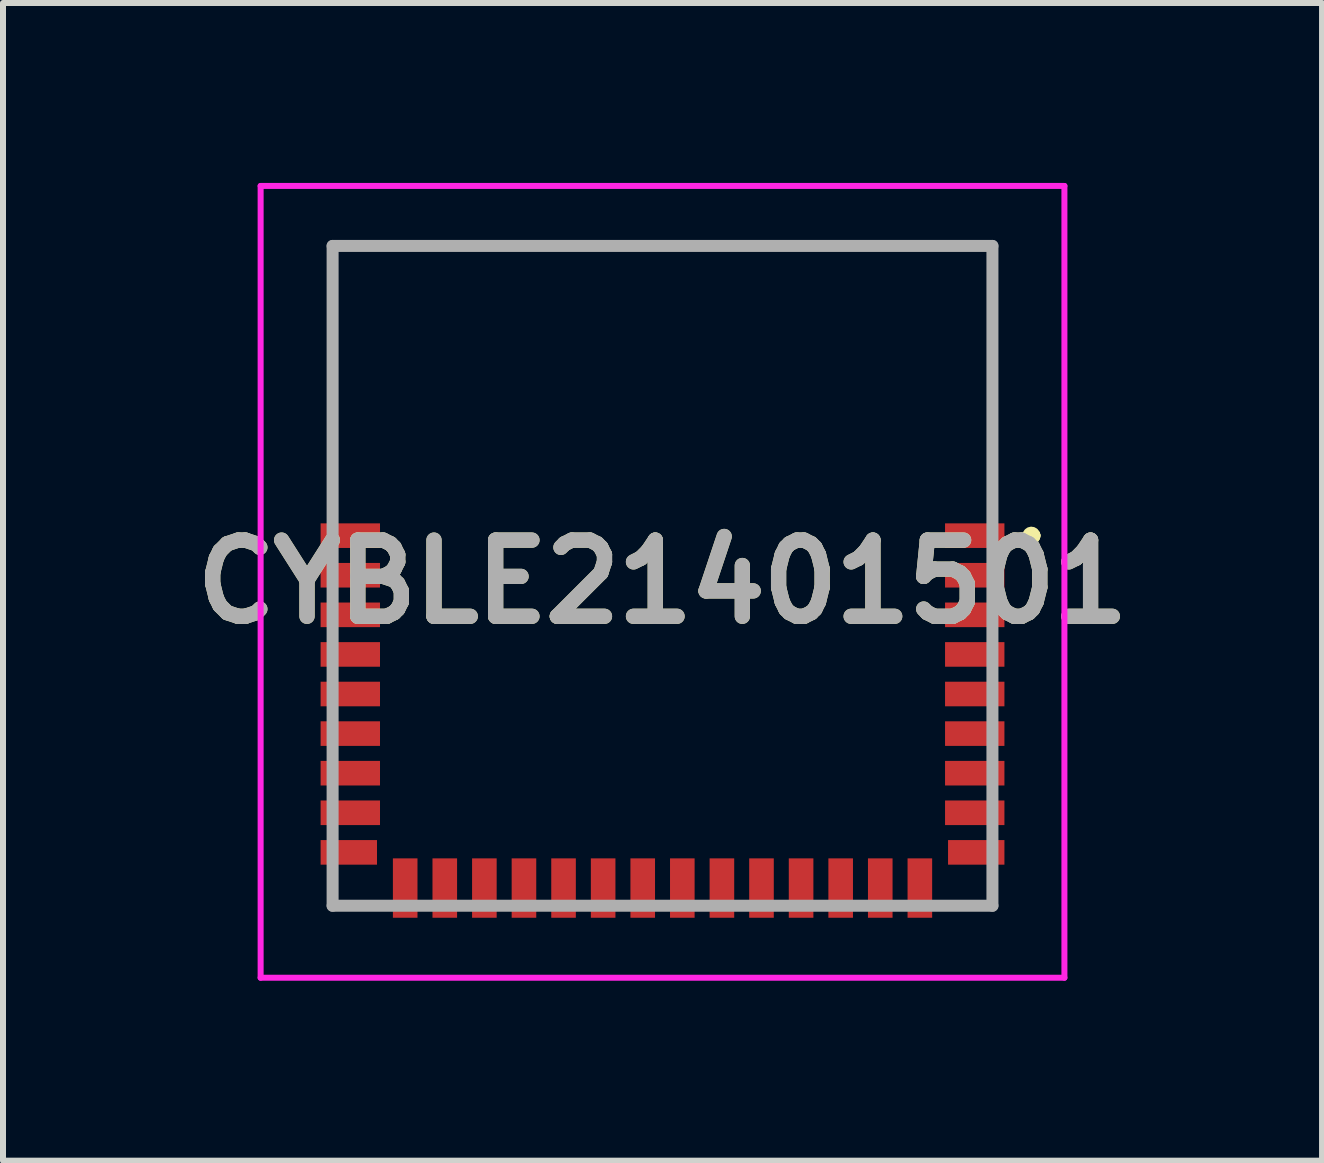
<source format=kicad_pcb>
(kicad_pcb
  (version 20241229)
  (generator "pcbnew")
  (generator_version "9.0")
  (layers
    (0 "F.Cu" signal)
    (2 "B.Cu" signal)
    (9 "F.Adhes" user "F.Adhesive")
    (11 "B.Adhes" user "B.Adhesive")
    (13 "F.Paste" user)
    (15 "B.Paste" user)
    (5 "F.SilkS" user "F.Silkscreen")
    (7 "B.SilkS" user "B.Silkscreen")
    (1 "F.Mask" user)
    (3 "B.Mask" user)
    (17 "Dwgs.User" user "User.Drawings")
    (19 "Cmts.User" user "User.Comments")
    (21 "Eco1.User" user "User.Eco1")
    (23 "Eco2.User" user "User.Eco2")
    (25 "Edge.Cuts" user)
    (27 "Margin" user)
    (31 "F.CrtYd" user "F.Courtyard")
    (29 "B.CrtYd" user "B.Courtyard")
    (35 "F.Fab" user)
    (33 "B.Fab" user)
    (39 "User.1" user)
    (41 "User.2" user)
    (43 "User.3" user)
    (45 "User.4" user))
  (footprint "CYBLE21401501"
    (layer "F.Cu")
    (at 7.995 6.55)
    (property "Reference" "CYBLE21401501" (at 0 0.1 0) (layer "F.SilkS") (effects (font (size 1.27 1.27) (thickness 0.254))))
    (attr smd)
    (fp_line (start -5.5 -5.5) (end -5.5 -5.5) (stroke (width 0.1) (type solid)) (layer "F.SilkS"))
    (fp_line (start -5.5 -5.5) (end -5.5 -5.5) (stroke (width 0.1) (type solid)) (layer "F.SilkS"))
    (fp_line (start -5.5 -5.5) (end -5.5 -1.5) (stroke (width 0.1) (type solid)) (layer "F.SilkS"))
    (fp_line (start -5.5 -5.5) (end 5.5 -5.5) (stroke (width 0.1) (type solid)) (layer "F.SilkS"))
    (fp_line (start -5.5 -1.5) (end -5.5 -5.5) (stroke (width 0.1) (type solid)) (layer "F.SilkS"))
    (fp_line (start -5.5 -1.5) (end -5.5 -1.5) (stroke (width 0.1) (type solid)) (layer "F.SilkS"))
    (fp_line (start -5.5 5.5) (end -5.5 5.5) (stroke (width 0.1) (type solid)) (layer "F.SilkS"))
    (fp_line (start -5.5 5.5) (end -5 5.5) (stroke (width 0.1) (type solid)) (layer "F.SilkS"))
    (fp_line (start -5 5.5) (end -5.5 5.5) (stroke (width 0.1) (type solid)) (layer "F.SilkS"))
    (fp_line (start -5 5.5) (end -5 5.5) (stroke (width 0.1) (type solid)) (layer "F.SilkS"))
    (fp_line (start 5 5.5) (end 5 5.5) (stroke (width 0.1) (type solid)) (layer "F.SilkS"))
    (fp_line (start 5 5.5) (end 5.5 5.5) (stroke (width 0.1) (type solid)) (layer "F.SilkS"))
    (fp_line (start 5.5 -5.5) (end -5.5 -5.5) (stroke (width 0.1) (type solid)) (layer "F.SilkS"))
    (fp_line (start 5.5 -5.5) (end 5.5 -5.5) (stroke (width 0.1) (type solid)) (layer "F.SilkS"))
    (fp_line (start 5.5 -5.5) (end 5.5 -5.5) (stroke (width 0.1) (type solid)) (layer "F.SilkS"))
    (fp_line (start 5.5 -5.5) (end 5.5 -1.5) (stroke (width 0.1) (type solid)) (layer "F.SilkS"))
    (fp_line (start 5.5 -1.5) (end 5.5 -5.5) (stroke (width 0.1) (type solid)) (layer "F.SilkS"))
    (fp_line (start 5.5 -1.5) (end 5.5 -1.5) (stroke (width 0.1) (type solid)) (layer "F.SilkS"))
    (fp_line (start 5.5 5.5) (end 5 5.5) (stroke (width 0.1) (type solid)) (layer "F.SilkS"))
    (fp_line (start 5.5 5.5) (end 5.5 5.5) (stroke (width 0.1) (type solid)) (layer "F.SilkS"))
    (fp_line (start 6.1 -0.67) (end 6.1 -0.67) (stroke (width 0.2) (type solid)) (layer "F.SilkS"))
    (fp_line (start 6.1 -0.67) (end 6.1 -0.67) (stroke (width 0.2) (type solid)) (layer "F.SilkS"))
    (fp_line (start 6.2 -0.67) (end 6.2 -0.67) (stroke (width 0.2) (type solid)) (layer "F.SilkS"))
    (fp_arc (start 6.1 -0.67) (mid 6.15 -0.72) (end 6.2 -0.67) (stroke (width 0.2) (type solid)) (layer "F.SilkS"))
    (fp_arc (start 6.2 -0.67) (mid 6.15 -0.62) (end 6.1 -0.67) (stroke (width 0.2) (type solid)) (layer "F.SilkS"))
    (fp_arc (start 6.2 -0.67) (mid 6.15 -0.62) (end 6.1 -0.67) (stroke (width 0.2) (type solid)) (layer "F.SilkS"))
    (fp_line (start -6.7 -6.5) (end 6.7 -6.5) (stroke (width 0.1) (type solid)) (layer "F.CrtYd"))
    (fp_line (start -6.7 6.7) (end -6.7 -6.5) (stroke (width 0.1) (type solid)) (layer "F.CrtYd"))
    (fp_line (start 6.7 -6.5) (end 6.7 6.7) (stroke (width 0.1) (type solid)) (layer "F.CrtYd"))
    (fp_line (start 6.7 6.7) (end -6.7 6.7) (stroke (width 0.1) (type solid)) (layer "F.CrtYd"))
    (fp_line (start -5.5 -5.5) (end -5.5 5.5) (stroke (width 0.2) (type solid)) (layer "F.Fab"))
    (fp_line (start -5.5 5.5) (end 5.5 5.5) (stroke (width 0.2) (type solid)) (layer "F.Fab"))
    (fp_line (start 5.5 -5.5) (end -5.5 -5.5) (stroke (width 0.2) (type solid)) (layer "F.Fab"))
    (fp_line (start 5.5 5.5) (end 5.5 -5.5) (stroke (width 0.2) (type solid)) (layer "F.Fab"))
    (fp_text user "${REFERENCE}" (at 0 0.1 0) (layer "F.Fab") (effects (font (size 1.27 1.27) (thickness 0.254))))
    (pad "1" smd rect (at 5.205 -0.67 90) (size 0.41 0.99) (layers "F.Cu" "F.Mask" "F.Paste"))
    (pad "2" smd rect (at 5.205 -0.01 90) (size 0.41 0.99) (layers "F.Cu" "F.Mask" "F.Paste"))
    (pad "3" smd rect (at 5.205 0.65 90) (size 0.41 0.99) (layers "F.Cu" "F.Mask" "F.Paste"))
    (pad "4" smd rect (at 5.205 1.31 90) (size 0.41 0.99) (layers "F.Cu" "F.Mask" "F.Paste"))
    (pad "5" smd rect (at 5.205 1.97 90) (size 0.41 0.99) (layers "F.Cu" "F.Mask" "F.Paste"))
    (pad "6" smd rect (at 5.205 2.63 90) (size 0.41 0.99) (layers "F.Cu" "F.Mask" "F.Paste"))
    (pad "7" smd rect (at 5.205 3.29 90) (size 0.41 0.99) (layers "F.Cu" "F.Mask" "F.Paste"))
    (pad "8" smd rect (at 5.205 3.95 90) (size 0.41 0.99) (layers "F.Cu" "F.Mask" "F.Paste"))
    (pad "9" smd rect (at 5.23 4.61 90) (size 0.41 0.94) (layers "F.Cu" "F.Mask" "F.Paste"))
    (pad "10" smd rect (at 4.29 5.205) (size 0.41 0.99) (layers "F.Cu" "F.Mask" "F.Paste"))
    (pad "11" smd rect (at 3.63 5.205) (size 0.41 0.99) (layers "F.Cu" "F.Mask" "F.Paste"))
    (pad "12" smd rect (at 2.97 5.205) (size 0.41 0.99) (layers "F.Cu" "F.Mask" "F.Paste"))
    (pad "13" smd rect (at 2.31 5.205) (size 0.41 0.99) (layers "F.Cu" "F.Mask" "F.Paste"))
    (pad "14" smd rect (at 1.65 5.205) (size 0.41 0.99) (layers "F.Cu" "F.Mask" "F.Paste"))
    (pad "15" smd rect (at 0.99 5.205) (size 0.41 0.99) (layers "F.Cu" "F.Mask" "F.Paste"))
    (pad "16" smd rect (at 0.33 5.205) (size 0.41 0.99) (layers "F.Cu" "F.Mask" "F.Paste"))
    (pad "17" smd rect (at -0.33 5.205) (size 0.41 0.99) (layers "F.Cu" "F.Mask" "F.Paste"))
    (pad "18" smd rect (at -0.99 5.205) (size 0.41 0.99) (layers "F.Cu" "F.Mask" "F.Paste"))
    (pad "19" smd rect (at -1.65 5.205) (size 0.41 0.99) (layers "F.Cu" "F.Mask" "F.Paste"))
    (pad "20" smd rect (at -2.31 5.205) (size 0.41 0.99) (layers "F.Cu" "F.Mask" "F.Paste"))
    (pad "21" smd rect (at -2.97 5.205) (size 0.41 0.99) (layers "F.Cu" "F.Mask" "F.Paste"))
    (pad "22" smd rect (at -3.63 5.205) (size 0.41 0.99) (layers "F.Cu" "F.Mask" "F.Paste"))
    (pad "23" smd rect (at -4.29 5.205) (size 0.41 0.99) (layers "F.Cu" "F.Mask" "F.Paste"))
    (pad "24" smd rect (at -5.23 4.61 90) (size 0.41 0.94) (layers "F.Cu" "F.Mask" "F.Paste"))
    (pad "25" smd rect (at -5.205 3.95 90) (size 0.41 0.99) (layers "F.Cu" "F.Mask" "F.Paste"))
    (pad "26" smd rect (at -5.205 3.29 90) (size 0.41 0.99) (layers "F.Cu" "F.Mask" "F.Paste"))
    (pad "27" smd rect (at -5.205 2.63 90) (size 0.41 0.99) (layers "F.Cu" "F.Mask" "F.Paste"))
    (pad "28" smd rect (at -5.205 1.97 90) (size 0.41 0.99) (layers "F.Cu" "F.Mask" "F.Paste"))
    (pad "29" smd rect (at -5.205 1.31 90) (size 0.41 0.99) (layers "F.Cu" "F.Mask" "F.Paste"))
    (pad "30" smd rect (at -5.205 0.65 90) (size 0.41 0.99) (layers "F.Cu" "F.Mask" "F.Paste"))
    (pad "31" smd rect (at -5.205 -0.01 90) (size 0.41 0.99) (layers "F.Cu" "F.Mask" "F.Paste"))
    (pad "32" smd rect (at -5.205 -0.67 90) (size 0.41 0.99) (layers "F.Cu" "F.Mask" "F.Paste")))
  (gr_rect
    (start -3 -3)
    (end 18.99 16.3)
    (stroke (width 0.1) (type default))
    (fill no)
    (layer "Edge.Cuts")))
</source>
